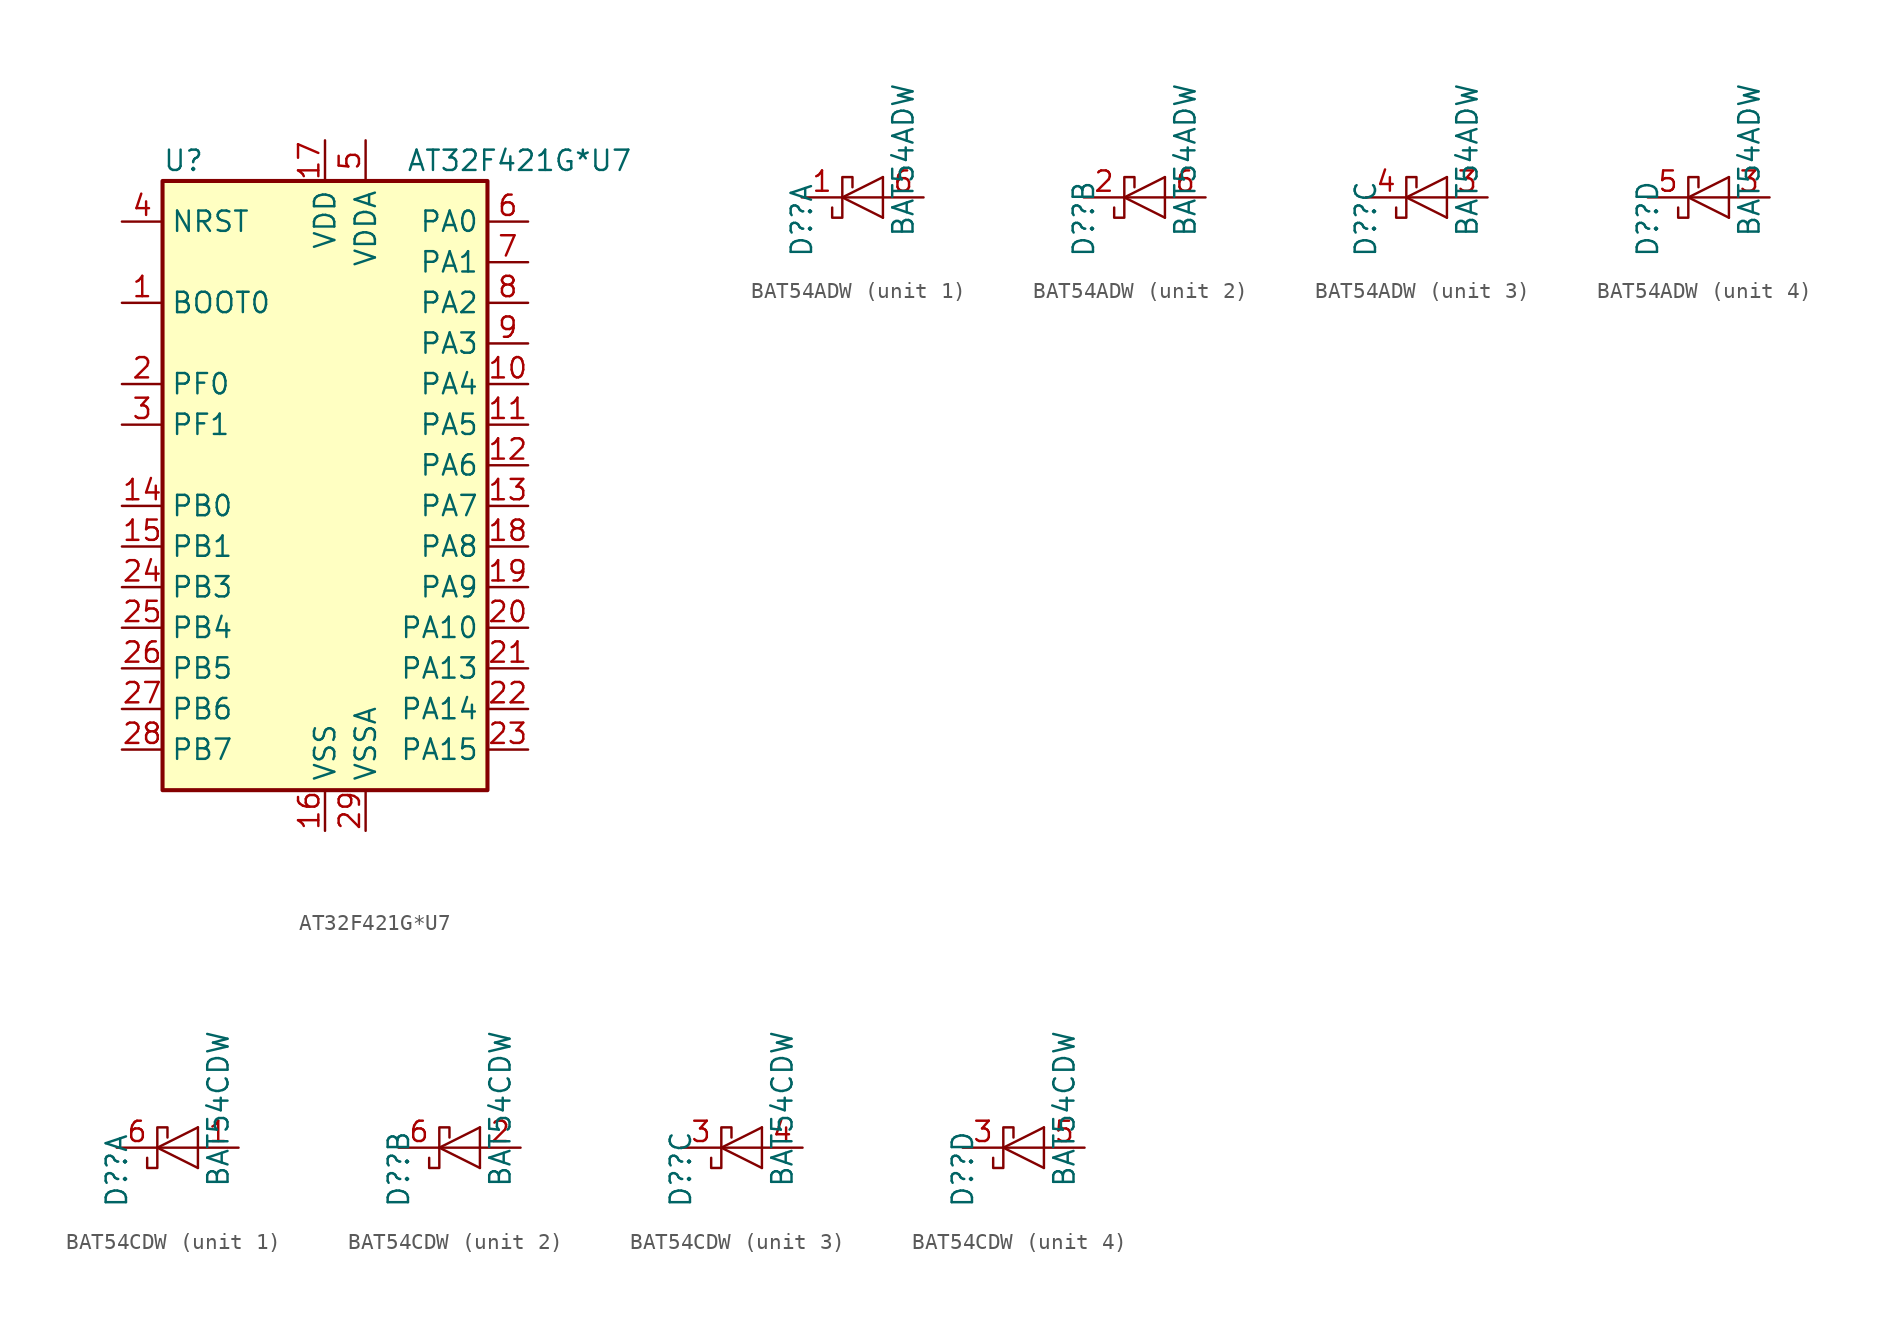
<source format=kicad_sym>
(kicad_symbol_lib
  (version 20220914)
  (generator kicad_symbol_editor)
  (symbol "AT32F421G*U7"
    (property "Reference" "U"
      (at -10.16 19.05 0)
      (effects (font (size 1.27 1.27)) (justify left)))
    (property "Value" "AT32F421G*U7"
      (at 5.08 19.05 0)
      (effects (font (size 1.27 1.27)) (justify left)))
    (symbol "AT32F421G*U7_0_1"
      (rectangle (start -10.16 -20.32) (end 10.16 17.78) (stroke (width 0.254) (type default)) (fill (type background))))
    (symbol "AT32F421G*U7_1_1"
      (pin input line (at -12.7 10.16 0) (length 2.54) (name "BOOT0" (effects (font (size 1.27 1.27)))) (number "1" (effects (font (size 1.27 1.27)))))
      (pin bidirectional line (at 12.7 5.08 180) (length 2.54) (name "PA4" (effects (font (size 1.27 1.27)))) (number "10" (effects (font (size 1.27 1.27)))))
      (pin bidirectional line (at 12.7 2.54 180) (length 2.54) (name "PA5" (effects (font (size 1.27 1.27)))) (number "11" (effects (font (size 1.27 1.27)))))
      (pin bidirectional line (at 12.7 0 180) (length 2.54) (name "PA6" (effects (font (size 1.27 1.27)))) (number "12" (effects (font (size 1.27 1.27)))))
      (pin bidirectional line (at 12.7 -2.54 180) (length 2.54) (name "PA7" (effects (font (size 1.27 1.27)))) (number "13" (effects (font (size 1.27 1.27)))))
      (pin bidirectional line (at -12.7 -2.54 0) (length 2.54) (name "PB0" (effects (font (size 1.27 1.27)))) (number "14" (effects (font (size 1.27 1.27)))))
      (pin bidirectional line (at -12.7 -5.08 0) (length 2.54) (name "PB1" (effects (font (size 1.27 1.27)))) (number "15" (effects (font (size 1.27 1.27)))))
      (pin power_in line (at 0 -22.86 90) (length 2.54) (name "VSS" (effects (font (size 1.27 1.27)))) (number "16" (effects (font (size 1.27 1.27)))))
      (pin power_in line (at 0 20.32 270) (length 2.54) (name "VDD" (effects (font (size 1.27 1.27)))) (number "17" (effects (font (size 1.27 1.27)))))
      (pin bidirectional line (at 12.7 -5.08 180) (length 2.54) (name "PA8" (effects (font (size 1.27 1.27)))) (number "18" (effects (font (size 1.27 1.27)))))
      (pin bidirectional line (at 12.7 -7.62 180) (length 2.54) (name "PA9" (effects (font (size 1.27 1.27)))) (number "19" (effects (font (size 1.27 1.27)))))
      (pin input line (at -12.7 5.08 0) (length 2.54) (name "PF0" (effects (font (size 1.27 1.27)))) (number "2" (effects (font (size 1.27 1.27)))))
      (pin bidirectional line (at 12.7 -10.16 180) (length 2.54) (name "PA10" (effects (font (size 1.27 1.27)))) (number "20" (effects (font (size 1.27 1.27)))))
      (pin bidirectional line (at 12.7 -12.7 180) (length 2.54) (name "PA13" (effects (font (size 1.27 1.27)))) (number "21" (effects (font (size 1.27 1.27)))))
      (pin bidirectional line (at 12.7 -15.24 180) (length 2.54) (name "PA14" (effects (font (size 1.27 1.27)))) (number "22" (effects (font (size 1.27 1.27)))))
      (pin bidirectional line (at 12.7 -17.78 180) (length 2.54) (name "PA15" (effects (font (size 1.27 1.27)))) (number "23" (effects (font (size 1.27 1.27)))))
      (pin bidirectional line (at -12.7 -7.62 0) (length 2.54) (name "PB3" (effects (font (size 1.27 1.27)))) (number "24" (effects (font (size 1.27 1.27)))))
      (pin bidirectional line (at -12.7 -10.16 0) (length 2.54) (name "PB4" (effects (font (size 1.27 1.27)))) (number "25" (effects (font (size 1.27 1.27)))))
      (pin bidirectional line (at -12.7 -12.7 0) (length 2.54) (name "PB5" (effects (font (size 1.27 1.27)))) (number "26" (effects (font (size 1.27 1.27)))))
      (pin bidirectional line (at -12.7 -15.24 0) (length 2.54) (name "PB6" (effects (font (size 1.27 1.27)))) (number "27" (effects (font (size 1.27 1.27)))))
      (pin bidirectional line (at -12.7 -17.78 0) (length 2.54) (name "PB7" (effects (font (size 1.27 1.27)))) (number "28" (effects (font (size 1.27 1.27)))))
      (pin power_in line (at 2.54 -22.86 90) (length 2.54) (name "VSSA" (effects (font (size 1.27 1.27)))) (number "29" (effects (font (size 1.27 1.27)))))
      (pin input line (at -12.7 2.54 0) (length 2.54) (name "PF1" (effects (font (size 1.27 1.27)))) (number "3" (effects (font (size 1.27 1.27)))))
      (pin input line (at -12.7 15.24 0) (length 2.54) (name "NRST" (effects (font (size 1.27 1.27)))) (number "4" (effects (font (size 1.27 1.27)))))
      (pin power_in line (at 2.54 20.32 270) (length 2.54) (name "VDDA" (effects (font (size 1.27 1.27)))) (number "5" (effects (font (size 1.27 1.27)))))
      (pin bidirectional line (at 12.7 15.24 180) (length 2.54) (name "PA0" (effects (font (size 1.27 1.27)))) (number "6" (effects (font (size 1.27 1.27)))))
      (pin bidirectional line (at 12.7 12.7 180) (length 2.54) (name "PA1" (effects (font (size 1.27 1.27)))) (number "7" (effects (font (size 1.27 1.27)))))
      (pin bidirectional line (at 12.7 10.16 180) (length 2.54) (name "PA2" (effects (font (size 1.27 1.27)))) (number "8" (effects (font (size 1.27 1.27)))))
      (pin bidirectional line (at 12.7 7.62 180) (length 2.54) (name "PA3" (effects (font (size 1.27 1.27)))) (number "9" (effects (font (size 1.27 1.27)))))))
  (symbol "BAT54ADW"
    (pin_names
      (offset 1.016) hide)
    (property "Reference" "D?"
      (at -3.81 -3.81 90)
      (effects (font (size 1.27 1.27)) (justify left)))
    (property "Value" "BAT54ADW"
      (at 2.54 -2.54 90)
      (effects (font (size 1.27 1.27)) (justify left)))
    (symbol "BAT54ADW_0_1"
      (polyline (pts (xy 1.27 -1.27) (xy 1.27 1.27)) (stroke (width 0) (type default)) (fill (type none)))
      (polyline (pts (xy 1.27 0) (xy -1.27 0)) (stroke (width 0) (type default)) (fill (type none)))
      (polyline (pts (xy 1.27 1.27) (xy -1.27 0) (xy 1.27 -1.27)) (stroke (width 0) (type default)) (fill (type none)))
      (polyline (pts (xy -0.635 0.635) (xy -0.635 1.27) (xy -1.27 1.27) (xy -1.27 -1.27) (xy -1.905 -1.27) (xy -1.905 -0.635)) (stroke (width 0) (type default)) (fill (type none))))
    (symbol "BAT54ADW_1_1"
      (pin passive line (at -3.81 0 0) (length 2.54) (name "K" (effects (font (size 1.27 1.27)))) (number "1" (effects (font (size 1.27 1.27)))))
      (pin passive line (at 3.81 0 180) (length 2.54) (name "A" (effects (font (size 1.27 1.27)))) (number "6" (effects (font (size 1.27 1.27))))))
    (symbol "BAT54ADW_2_1"
      (pin passive line (at -3.81 0 0) (length 2.54) (name "K" (effects (font (size 1.27 1.27)))) (number "2" (effects (font (size 1.27 1.27)))))
      (pin passive line (at 3.81 0 180) (length 2.54) (name "A" (effects (font (size 1.27 1.27)))) (number "6" (effects (font (size 1.27 1.27))))))
    (symbol "BAT54ADW_3_1"
      (pin passive line (at 3.81 0 180) (length 2.54) (name "A" (effects (font (size 1.27 1.27)))) (number "3" (effects (font (size 1.27 1.27)))))
      (pin passive line (at -3.81 0 0) (length 2.54) (name "K" (effects (font (size 1.27 1.27)))) (number "4" (effects (font (size 1.27 1.27))))))
    (symbol "BAT54ADW_4_1"
      (pin passive line (at 3.81 0 180) (length 2.54) (name "A" (effects (font (size 1.27 1.27)))) (number "3" (effects (font (size 1.27 1.27)))))
      (pin passive line (at -3.81 0 0) (length 2.54) (name "K" (effects (font (size 1.27 1.27)))) (number "5" (effects (font (size 1.27 1.27)))))))
  (symbol "BAT54CDW"
    (pin_names
      (offset 1.016) hide)
    (property "Reference" "D?"
      (at -3.81 -3.81 90)
      (effects (font (size 1.27 1.27)) (justify left)))
    (property "Value" "BAT54CDW"
      (at 2.54 -2.54 90)
      (effects (font (size 1.27 1.27)) (justify left)))
    (symbol "BAT54CDW_0_1"
      (polyline (pts (xy 1.27 -1.27) (xy 1.27 1.27)) (stroke (width 0) (type default)) (fill (type none)))
      (polyline (pts (xy 1.27 0) (xy -1.27 0)) (stroke (width 0) (type default)) (fill (type none)))
      (polyline (pts (xy 1.27 1.27) (xy -1.27 0) (xy 1.27 -1.27)) (stroke (width 0) (type default)) (fill (type none)))
      (polyline (pts (xy -0.635 0.635) (xy -0.635 1.27) (xy -1.27 1.27) (xy -1.27 -1.27) (xy -1.905 -1.27) (xy -1.905 -0.635)) (stroke (width 0) (type default)) (fill (type none))))
    (symbol "BAT54CDW_1_1"
      (pin passive line (at 3.81 0 180) (length 2.54) (name "A" (effects (font (size 1.27 1.27)))) (number "1" (effects (font (size 1.27 1.27)))))
      (pin passive line (at -3.81 0 0) (length 2.54) (name "K" (effects (font (size 1.27 1.27)))) (number "6" (effects (font (size 1.27 1.27))))))
    (symbol "BAT54CDW_2_1"
      (pin passive line (at 3.81 0 180) (length 2.54) (name "A" (effects (font (size 1.27 1.27)))) (number "2" (effects (font (size 1.27 1.27)))))
      (pin passive line (at -3.81 0 0) (length 2.54) (name "K" (effects (font (size 1.27 1.27)))) (number "6" (effects (font (size 1.27 1.27))))))
    (symbol "BAT54CDW_3_1"
      (pin passive line (at -3.81 0 0) (length 2.54) (name "K" (effects (font (size 1.27 1.27)))) (number "3" (effects (font (size 1.27 1.27)))))
      (pin passive line (at 3.81 0 180) (length 2.54) (name "A" (effects (font (size 1.27 1.27)))) (number "4" (effects (font (size 1.27 1.27))))))
    (symbol "BAT54CDW_4_1"
      (pin passive line (at -3.81 0 0) (length 2.54) (name "K" (effects (font (size 1.27 1.27)))) (number "3" (effects (font (size 1.27 1.27)))))
      (pin passive line (at 3.81 0 180) (length 2.54) (name "A" (effects (font (size 1.27 1.27)))) (number "5" (effects (font (size 1.27 1.27))))))))
</source>
